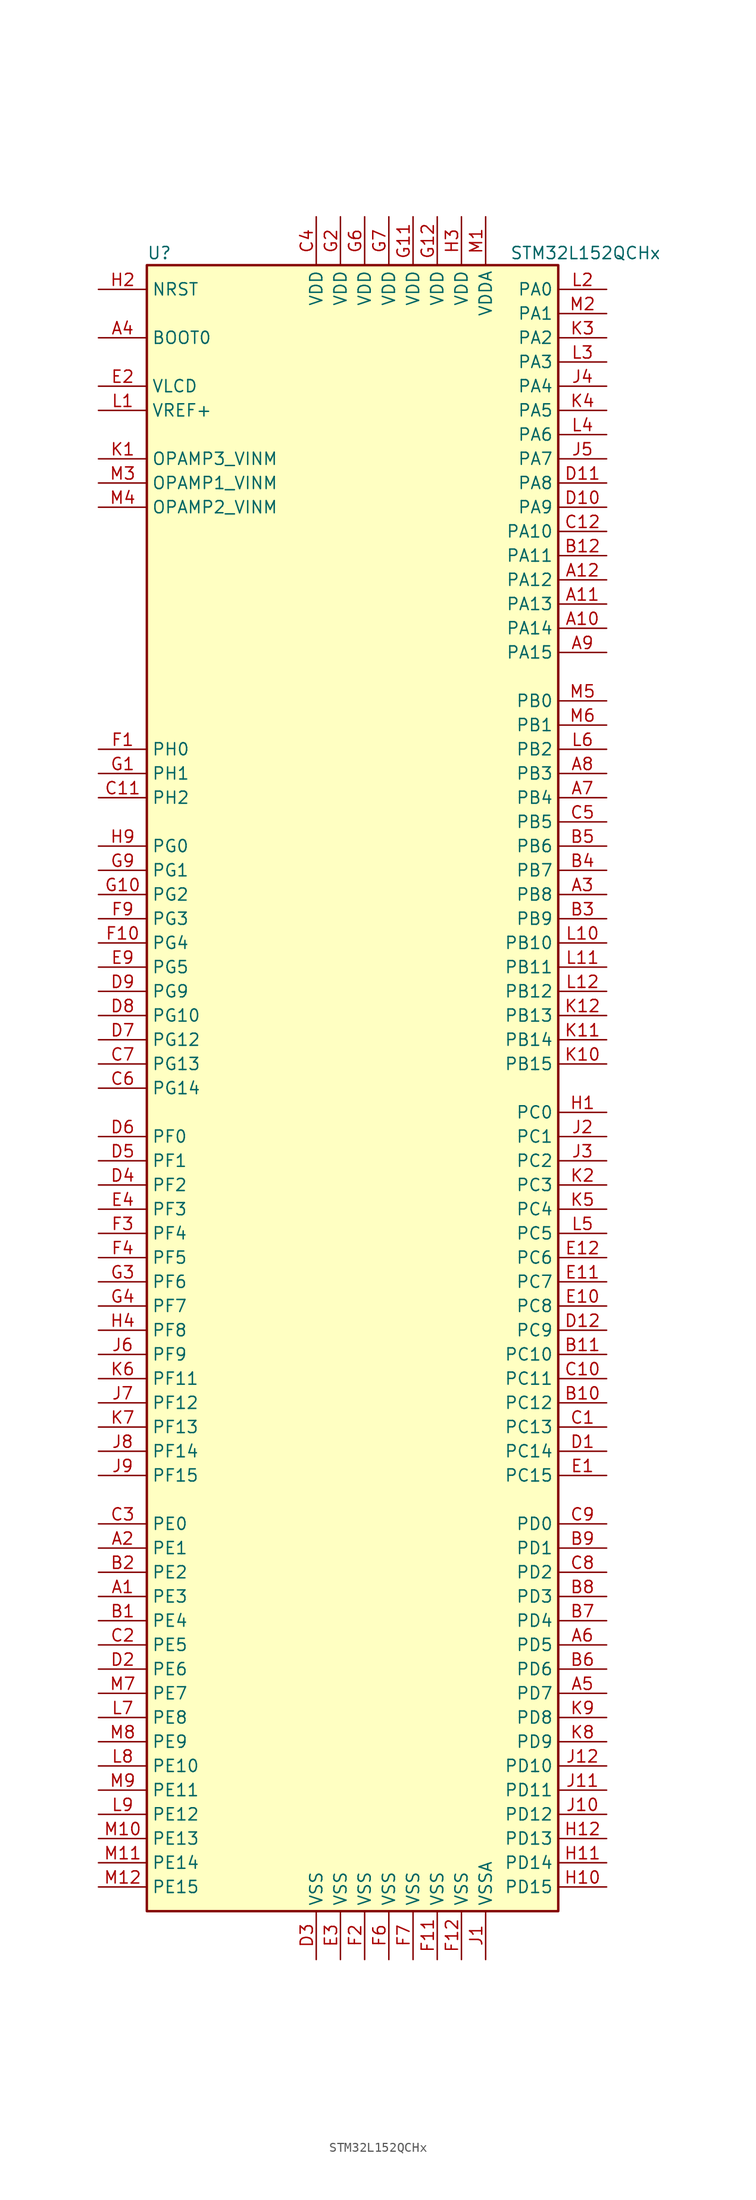
<source format=kicad_sym>
(kicad_symbol_lib
  (version 20201005)
  (generator kicad_symbol_editor)
  (symbol "STM32L152QCHx"
    (property "Reference" "U"
      (at -22.86 87.63 0)
      (effects (font (size 1.27 1.27)) (justify left)))
    (property "Value" "STM32L152QCHx"
      (at 15.24 87.63 0)
      (effects (font (size 1.27 1.27)) (justify left)))
    (symbol "STM32L152QCHx_0_1"
      (rectangle (start -22.86 -86.36) (end 20.32 86.36) (stroke (width 0.254)) (fill (type background))))
    (symbol "STM32L152QCHx_1_1"
      (pin bidirectional line (at -27.94 -53.34 0) (length 5.08) (name "PE3" (effects (font (size 1.27 1.27)))) (number "A1" (effects (font (size 1.27 1.27)))))
      (pin bidirectional line (at 25.4 48.26 180) (length 5.08) (name "PA14" (effects (font (size 1.27 1.27)))) (number "A10" (effects (font (size 1.27 1.27)))))
      (pin bidirectional line (at 25.4 50.8 180) (length 5.08) (name "PA13" (effects (font (size 1.27 1.27)))) (number "A11" (effects (font (size 1.27 1.27)))))
      (pin bidirectional line (at 25.4 53.34 180) (length 5.08) (name "PA12" (effects (font (size 1.27 1.27)))) (number "A12" (effects (font (size 1.27 1.27)))))
      (pin bidirectional line (at -27.94 -48.26 0) (length 5.08) (name "PE1" (effects (font (size 1.27 1.27)))) (number "A2" (effects (font (size 1.27 1.27)))))
      (pin bidirectional line (at 25.4 20.32 180) (length 5.08) (name "PB8" (effects (font (size 1.27 1.27)))) (number "A3" (effects (font (size 1.27 1.27)))))
      (pin input line (at -27.94 78.74 0) (length 5.08) (name "BOOT0" (effects (font (size 1.27 1.27)))) (number "A4" (effects (font (size 1.27 1.27)))))
      (pin bidirectional line (at 25.4 -63.5 180) (length 5.08) (name "PD7" (effects (font (size 1.27 1.27)))) (number "A5" (effects (font (size 1.27 1.27)))))
      (pin bidirectional line (at 25.4 -58.42 180) (length 5.08) (name "PD5" (effects (font (size 1.27 1.27)))) (number "A6" (effects (font (size 1.27 1.27)))))
      (pin bidirectional line (at 25.4 30.48 180) (length 5.08) (name "PB4" (effects (font (size 1.27 1.27)))) (number "A7" (effects (font (size 1.27 1.27)))))
      (pin bidirectional line (at 25.4 33.02 180) (length 5.08) (name "PB3" (effects (font (size 1.27 1.27)))) (number "A8" (effects (font (size 1.27 1.27)))))
      (pin bidirectional line (at 25.4 45.72 180) (length 5.08) (name "PA15" (effects (font (size 1.27 1.27)))) (number "A9" (effects (font (size 1.27 1.27)))))
      (pin bidirectional line (at -27.94 -55.88 0) (length 5.08) (name "PE4" (effects (font (size 1.27 1.27)))) (number "B1" (effects (font (size 1.27 1.27)))))
      (pin bidirectional line (at 25.4 -33.02 180) (length 5.08) (name "PC12" (effects (font (size 1.27 1.27)))) (number "B10" (effects (font (size 1.27 1.27)))))
      (pin bidirectional line (at 25.4 -27.94 180) (length 5.08) (name "PC10" (effects (font (size 1.27 1.27)))) (number "B11" (effects (font (size 1.27 1.27)))))
      (pin bidirectional line (at 25.4 55.88 180) (length 5.08) (name "PA11" (effects (font (size 1.27 1.27)))) (number "B12" (effects (font (size 1.27 1.27)))))
      (pin bidirectional line (at -27.94 -50.8 0) (length 5.08) (name "PE2" (effects (font (size 1.27 1.27)))) (number "B2" (effects (font (size 1.27 1.27)))))
      (pin bidirectional line (at 25.4 17.78 180) (length 5.08) (name "PB9" (effects (font (size 1.27 1.27)))) (number "B3" (effects (font (size 1.27 1.27)))))
      (pin bidirectional line (at 25.4 22.86 180) (length 5.08) (name "PB7" (effects (font (size 1.27 1.27)))) (number "B4" (effects (font (size 1.27 1.27)))))
      (pin bidirectional line (at 25.4 25.4 180) (length 5.08) (name "PB6" (effects (font (size 1.27 1.27)))) (number "B5" (effects (font (size 1.27 1.27)))))
      (pin bidirectional line (at 25.4 -60.96 180) (length 5.08) (name "PD6" (effects (font (size 1.27 1.27)))) (number "B6" (effects (font (size 1.27 1.27)))))
      (pin bidirectional line (at 25.4 -55.88 180) (length 5.08) (name "PD4" (effects (font (size 1.27 1.27)))) (number "B7" (effects (font (size 1.27 1.27)))))
      (pin bidirectional line (at 25.4 -53.34 180) (length 5.08) (name "PD3" (effects (font (size 1.27 1.27)))) (number "B8" (effects (font (size 1.27 1.27)))))
      (pin bidirectional line (at 25.4 -48.26 180) (length 5.08) (name "PD1" (effects (font (size 1.27 1.27)))) (number "B9" (effects (font (size 1.27 1.27)))))
      (pin bidirectional line (at 25.4 -35.56 180) (length 5.08) (name "PC13" (effects (font (size 1.27 1.27)))) (number "C1" (effects (font (size 1.27 1.27)))))
      (pin bidirectional line (at 25.4 -30.48 180) (length 5.08) (name "PC11" (effects (font (size 1.27 1.27)))) (number "C10" (effects (font (size 1.27 1.27)))))
      (pin bidirectional line (at -27.94 30.48 0) (length 5.08) (name "PH2" (effects (font (size 1.27 1.27)))) (number "C11" (effects (font (size 1.27 1.27)))))
      (pin bidirectional line (at 25.4 58.42 180) (length 5.08) (name "PA10" (effects (font (size 1.27 1.27)))) (number "C12" (effects (font (size 1.27 1.27)))))
      (pin bidirectional line (at -27.94 -58.42 0) (length 5.08) (name "PE5" (effects (font (size 1.27 1.27)))) (number "C2" (effects (font (size 1.27 1.27)))))
      (pin bidirectional line (at -27.94 -45.72 0) (length 5.08) (name "PE0" (effects (font (size 1.27 1.27)))) (number "C3" (effects (font (size 1.27 1.27)))))
      (pin power_in line (at -5.08 91.44 270) (length 5.08) (name "VDD" (effects (font (size 1.27 1.27)))) (number "C4" (effects (font (size 1.27 1.27)))))
      (pin bidirectional line (at 25.4 27.94 180) (length 5.08) (name "PB5" (effects (font (size 1.27 1.27)))) (number "C5" (effects (font (size 1.27 1.27)))))
      (pin bidirectional line (at -27.94 0 0) (length 5.08) (name "PG14" (effects (font (size 1.27 1.27)))) (number "C6" (effects (font (size 1.27 1.27)))))
      (pin bidirectional line (at -27.94 2.54 0) (length 5.08) (name "PG13" (effects (font (size 1.27 1.27)))) (number "C7" (effects (font (size 1.27 1.27)))))
      (pin bidirectional line (at 25.4 -50.8 180) (length 5.08) (name "PD2" (effects (font (size 1.27 1.27)))) (number "C8" (effects (font (size 1.27 1.27)))))
      (pin bidirectional line (at 25.4 -45.72 180) (length 5.08) (name "PD0" (effects (font (size 1.27 1.27)))) (number "C9" (effects (font (size 1.27 1.27)))))
      (pin bidirectional line (at 25.4 -38.1 180) (length 5.08) (name "PC14" (effects (font (size 1.27 1.27)))) (number "D1" (effects (font (size 1.27 1.27)))))
      (pin bidirectional line (at 25.4 60.96 180) (length 5.08) (name "PA9" (effects (font (size 1.27 1.27)))) (number "D10" (effects (font (size 1.27 1.27)))))
      (pin bidirectional line (at 25.4 63.5 180) (length 5.08) (name "PA8" (effects (font (size 1.27 1.27)))) (number "D11" (effects (font (size 1.27 1.27)))))
      (pin bidirectional line (at 25.4 -25.4 180) (length 5.08) (name "PC9" (effects (font (size 1.27 1.27)))) (number "D12" (effects (font (size 1.27 1.27)))))
      (pin bidirectional line (at -27.94 -60.96 0) (length 5.08) (name "PE6" (effects (font (size 1.27 1.27)))) (number "D2" (effects (font (size 1.27 1.27)))))
      (pin power_in line (at -5.08 -91.44 90) (length 5.08) (name "VSS" (effects (font (size 1.27 1.27)))) (number "D3" (effects (font (size 1.27 1.27)))))
      (pin bidirectional line (at -27.94 -10.16 0) (length 5.08) (name "PF2" (effects (font (size 1.27 1.27)))) (number "D4" (effects (font (size 1.27 1.27)))))
      (pin bidirectional line (at -27.94 -7.62 0) (length 5.08) (name "PF1" (effects (font (size 1.27 1.27)))) (number "D5" (effects (font (size 1.27 1.27)))))
      (pin bidirectional line (at -27.94 -5.08 0) (length 5.08) (name "PF0" (effects (font (size 1.27 1.27)))) (number "D6" (effects (font (size 1.27 1.27)))))
      (pin bidirectional line (at -27.94 5.08 0) (length 5.08) (name "PG12" (effects (font (size 1.27 1.27)))) (number "D7" (effects (font (size 1.27 1.27)))))
      (pin bidirectional line (at -27.94 7.62 0) (length 5.08) (name "PG10" (effects (font (size 1.27 1.27)))) (number "D8" (effects (font (size 1.27 1.27)))))
      (pin bidirectional line (at -27.94 10.16 0) (length 5.08) (name "PG9" (effects (font (size 1.27 1.27)))) (number "D9" (effects (font (size 1.27 1.27)))))
      (pin bidirectional line (at 25.4 -40.64 180) (length 5.08) (name "PC15" (effects (font (size 1.27 1.27)))) (number "E1" (effects (font (size 1.27 1.27)))))
      (pin bidirectional line (at 25.4 -22.86 180) (length 5.08) (name "PC8" (effects (font (size 1.27 1.27)))) (number "E10" (effects (font (size 1.27 1.27)))))
      (pin bidirectional line (at 25.4 -20.32 180) (length 5.08) (name "PC7" (effects (font (size 1.27 1.27)))) (number "E11" (effects (font (size 1.27 1.27)))))
      (pin bidirectional line (at 25.4 -17.78 180) (length 5.08) (name "PC6" (effects (font (size 1.27 1.27)))) (number "E12" (effects (font (size 1.27 1.27)))))
      (pin power_in line (at -27.94 73.66 0) (length 5.08) (name "VLCD" (effects (font (size 1.27 1.27)))) (number "E2" (effects (font (size 1.27 1.27)))))
      (pin power_in line (at -2.54 -91.44 90) (length 5.08) (name "VSS" (effects (font (size 1.27 1.27)))) (number "E3" (effects (font (size 1.27 1.27)))))
      (pin bidirectional line (at -27.94 -12.7 0) (length 5.08) (name "PF3" (effects (font (size 1.27 1.27)))) (number "E4" (effects (font (size 1.27 1.27)))))
      (pin bidirectional line (at -27.94 12.7 0) (length 5.08) (name "PG5" (effects (font (size 1.27 1.27)))) (number "E9" (effects (font (size 1.27 1.27)))))
      (pin input line (at -27.94 35.56 0) (length 5.08) (name "PH0" (effects (font (size 1.27 1.27)))) (number "F1" (effects (font (size 1.27 1.27)))))
      (pin bidirectional line (at -27.94 15.24 0) (length 5.08) (name "PG4" (effects (font (size 1.27 1.27)))) (number "F10" (effects (font (size 1.27 1.27)))))
      (pin power_in line (at 7.62 -91.44 90) (length 5.08) (name "VSS" (effects (font (size 1.27 1.27)))) (number "F11" (effects (font (size 1.27 1.27)))))
      (pin power_in line (at 10.16 -91.44 90) (length 5.08) (name "VSS" (effects (font (size 1.27 1.27)))) (number "F12" (effects (font (size 1.27 1.27)))))
      (pin power_in line (at 0 -91.44 90) (length 5.08) (name "VSS" (effects (font (size 1.27 1.27)))) (number "F2" (effects (font (size 1.27 1.27)))))
      (pin bidirectional line (at -27.94 -15.24 0) (length 5.08) (name "PF4" (effects (font (size 1.27 1.27)))) (number "F3" (effects (font (size 1.27 1.27)))))
      (pin bidirectional line (at -27.94 -17.78 0) (length 5.08) (name "PF5" (effects (font (size 1.27 1.27)))) (number "F4" (effects (font (size 1.27 1.27)))))
      (pin power_in line (at 2.54 -91.44 90) (length 5.08) (name "VSS" (effects (font (size 1.27 1.27)))) (number "F6" (effects (font (size 1.27 1.27)))))
      (pin power_in line (at 5.08 -91.44 90) (length 5.08) (name "VSS" (effects (font (size 1.27 1.27)))) (number "F7" (effects (font (size 1.27 1.27)))))
      (pin bidirectional line (at -27.94 17.78 0) (length 5.08) (name "PG3" (effects (font (size 1.27 1.27)))) (number "F9" (effects (font (size 1.27 1.27)))))
      (pin input line (at -27.94 33.02 0) (length 5.08) (name "PH1" (effects (font (size 1.27 1.27)))) (number "G1" (effects (font (size 1.27 1.27)))))
      (pin bidirectional line (at -27.94 20.32 0) (length 5.08) (name "PG2" (effects (font (size 1.27 1.27)))) (number "G10" (effects (font (size 1.27 1.27)))))
      (pin power_in line (at 5.08 91.44 270) (length 5.08) (name "VDD" (effects (font (size 1.27 1.27)))) (number "G11" (effects (font (size 1.27 1.27)))))
      (pin power_in line (at 7.62 91.44 270) (length 5.08) (name "VDD" (effects (font (size 1.27 1.27)))) (number "G12" (effects (font (size 1.27 1.27)))))
      (pin power_in line (at -2.54 91.44 270) (length 5.08) (name "VDD" (effects (font (size 1.27 1.27)))) (number "G2" (effects (font (size 1.27 1.27)))))
      (pin bidirectional line (at -27.94 -20.32 0) (length 5.08) (name "PF6" (effects (font (size 1.27 1.27)))) (number "G3" (effects (font (size 1.27 1.27)))))
      (pin bidirectional line (at -27.94 -22.86 0) (length 5.08) (name "PF7" (effects (font (size 1.27 1.27)))) (number "G4" (effects (font (size 1.27 1.27)))))
      (pin power_in line (at 0 91.44 270) (length 5.08) (name "VDD" (effects (font (size 1.27 1.27)))) (number "G6" (effects (font (size 1.27 1.27)))))
      (pin power_in line (at 2.54 91.44 270) (length 5.08) (name "VDD" (effects (font (size 1.27 1.27)))) (number "G7" (effects (font (size 1.27 1.27)))))
      (pin bidirectional line (at -27.94 22.86 0) (length 5.08) (name "PG1" (effects (font (size 1.27 1.27)))) (number "G9" (effects (font (size 1.27 1.27)))))
      (pin bidirectional line (at 25.4 -2.54 180) (length 5.08) (name "PC0" (effects (font (size 1.27 1.27)))) (number "H1" (effects (font (size 1.27 1.27)))))
      (pin bidirectional line (at 25.4 -83.82 180) (length 5.08) (name "PD15" (effects (font (size 1.27 1.27)))) (number "H10" (effects (font (size 1.27 1.27)))))
      (pin bidirectional line (at 25.4 -81.28 180) (length 5.08) (name "PD14" (effects (font (size 1.27 1.27)))) (number "H11" (effects (font (size 1.27 1.27)))))
      (pin bidirectional line (at 25.4 -78.74 180) (length 5.08) (name "PD13" (effects (font (size 1.27 1.27)))) (number "H12" (effects (font (size 1.27 1.27)))))
      (pin input line (at -27.94 83.82 0) (length 5.08) (name "NRST" (effects (font (size 1.27 1.27)))) (number "H2" (effects (font (size 1.27 1.27)))))
      (pin power_in line (at 10.16 91.44 270) (length 5.08) (name "VDD" (effects (font (size 1.27 1.27)))) (number "H3" (effects (font (size 1.27 1.27)))))
      (pin bidirectional line (at -27.94 -25.4 0) (length 5.08) (name "PF8" (effects (font (size 1.27 1.27)))) (number "H4" (effects (font (size 1.27 1.27)))))
      (pin bidirectional line (at -27.94 25.4 0) (length 5.08) (name "PG0" (effects (font (size 1.27 1.27)))) (number "H9" (effects (font (size 1.27 1.27)))))
      (pin power_in line (at 12.7 -91.44 90) (length 5.08) (name "VSSA" (effects (font (size 1.27 1.27)))) (number "J1" (effects (font (size 1.27 1.27)))))
      (pin bidirectional line (at 25.4 -76.2 180) (length 5.08) (name "PD12" (effects (font (size 1.27 1.27)))) (number "J10" (effects (font (size 1.27 1.27)))))
      (pin bidirectional line (at 25.4 -73.66 180) (length 5.08) (name "PD11" (effects (font (size 1.27 1.27)))) (number "J11" (effects (font (size 1.27 1.27)))))
      (pin bidirectional line (at 25.4 -71.12 180) (length 5.08) (name "PD10" (effects (font (size 1.27 1.27)))) (number "J12" (effects (font (size 1.27 1.27)))))
      (pin bidirectional line (at 25.4 -5.08 180) (length 5.08) (name "PC1" (effects (font (size 1.27 1.27)))) (number "J2" (effects (font (size 1.27 1.27)))))
      (pin bidirectional line (at 25.4 -7.62 180) (length 5.08) (name "PC2" (effects (font (size 1.27 1.27)))) (number "J3" (effects (font (size 1.27 1.27)))))
      (pin bidirectional line (at 25.4 73.66 180) (length 5.08) (name "PA4" (effects (font (size 1.27 1.27)))) (number "J4" (effects (font (size 1.27 1.27)))))
      (pin bidirectional line (at 25.4 66.04 180) (length 5.08) (name "PA7" (effects (font (size 1.27 1.27)))) (number "J5" (effects (font (size 1.27 1.27)))))
      (pin bidirectional line (at -27.94 -27.94 0) (length 5.08) (name "PF9" (effects (font (size 1.27 1.27)))) (number "J6" (effects (font (size 1.27 1.27)))))
      (pin bidirectional line (at -27.94 -33.02 0) (length 5.08) (name "PF12" (effects (font (size 1.27 1.27)))) (number "J7" (effects (font (size 1.27 1.27)))))
      (pin bidirectional line (at -27.94 -38.1 0) (length 5.08) (name "PF14" (effects (font (size 1.27 1.27)))) (number "J8" (effects (font (size 1.27 1.27)))))
      (pin bidirectional line (at -27.94 -40.64 0) (length 5.08) (name "PF15" (effects (font (size 1.27 1.27)))) (number "J9" (effects (font (size 1.27 1.27)))))
      (pin bidirectional line (at -27.94 66.04 0) (length 5.08) (name "OPAMP3_VINM" (effects (font (size 1.27 1.27)))) (number "K1" (effects (font (size 1.27 1.27)))))
      (pin bidirectional line (at 25.4 2.54 180) (length 5.08) (name "PB15" (effects (font (size 1.27 1.27)))) (number "K10" (effects (font (size 1.27 1.27)))))
      (pin bidirectional line (at 25.4 5.08 180) (length 5.08) (name "PB14" (effects (font (size 1.27 1.27)))) (number "K11" (effects (font (size 1.27 1.27)))))
      (pin bidirectional line (at 25.4 7.62 180) (length 5.08) (name "PB13" (effects (font (size 1.27 1.27)))) (number "K12" (effects (font (size 1.27 1.27)))))
      (pin bidirectional line (at 25.4 -10.16 180) (length 5.08) (name "PC3" (effects (font (size 1.27 1.27)))) (number "K2" (effects (font (size 1.27 1.27)))))
      (pin bidirectional line (at 25.4 78.74 180) (length 5.08) (name "PA2" (effects (font (size 1.27 1.27)))) (number "K3" (effects (font (size 1.27 1.27)))))
      (pin bidirectional line (at 25.4 71.12 180) (length 5.08) (name "PA5" (effects (font (size 1.27 1.27)))) (number "K4" (effects (font (size 1.27 1.27)))))
      (pin bidirectional line (at 25.4 -12.7 180) (length 5.08) (name "PC4" (effects (font (size 1.27 1.27)))) (number "K5" (effects (font (size 1.27 1.27)))))
      (pin bidirectional line (at -27.94 -30.48 0) (length 5.08) (name "PF11" (effects (font (size 1.27 1.27)))) (number "K6" (effects (font (size 1.27 1.27)))))
      (pin bidirectional line (at -27.94 -35.56 0) (length 5.08) (name "PF13" (effects (font (size 1.27 1.27)))) (number "K7" (effects (font (size 1.27 1.27)))))
      (pin bidirectional line (at 25.4 -68.58 180) (length 5.08) (name "PD9" (effects (font (size 1.27 1.27)))) (number "K8" (effects (font (size 1.27 1.27)))))
      (pin bidirectional line (at 25.4 -66.04 180) (length 5.08) (name "PD8" (effects (font (size 1.27 1.27)))) (number "K9" (effects (font (size 1.27 1.27)))))
      (pin power_in line (at -27.94 71.12 0) (length 5.08) (name "VREF+" (effects (font (size 1.27 1.27)))) (number "L1" (effects (font (size 1.27 1.27)))))
      (pin bidirectional line (at 25.4 15.24 180) (length 5.08) (name "PB10" (effects (font (size 1.27 1.27)))) (number "L10" (effects (font (size 1.27 1.27)))))
      (pin bidirectional line (at 25.4 12.7 180) (length 5.08) (name "PB11" (effects (font (size 1.27 1.27)))) (number "L11" (effects (font (size 1.27 1.27)))))
      (pin bidirectional line (at 25.4 10.16 180) (length 5.08) (name "PB12" (effects (font (size 1.27 1.27)))) (number "L12" (effects (font (size 1.27 1.27)))))
      (pin bidirectional line (at 25.4 83.82 180) (length 5.08) (name "PA0" (effects (font (size 1.27 1.27)))) (number "L2" (effects (font (size 1.27 1.27)))))
      (pin bidirectional line (at 25.4 76.2 180) (length 5.08) (name "PA3" (effects (font (size 1.27 1.27)))) (number "L3" (effects (font (size 1.27 1.27)))))
      (pin bidirectional line (at 25.4 68.58 180) (length 5.08) (name "PA6" (effects (font (size 1.27 1.27)))) (number "L4" (effects (font (size 1.27 1.27)))))
      (pin bidirectional line (at 25.4 -15.24 180) (length 5.08) (name "PC5" (effects (font (size 1.27 1.27)))) (number "L5" (effects (font (size 1.27 1.27)))))
      (pin bidirectional line (at 25.4 35.56 180) (length 5.08) (name "PB2" (effects (font (size 1.27 1.27)))) (number "L6" (effects (font (size 1.27 1.27)))))
      (pin bidirectional line (at -27.94 -66.04 0) (length 5.08) (name "PE8" (effects (font (size 1.27 1.27)))) (number "L7" (effects (font (size 1.27 1.27)))))
      (pin bidirectional line (at -27.94 -71.12 0) (length 5.08) (name "PE10" (effects (font (size 1.27 1.27)))) (number "L8" (effects (font (size 1.27 1.27)))))
      (pin bidirectional line (at -27.94 -76.2 0) (length 5.08) (name "PE12" (effects (font (size 1.27 1.27)))) (number "L9" (effects (font (size 1.27 1.27)))))
      (pin power_in line (at 12.7 91.44 270) (length 5.08) (name "VDDA" (effects (font (size 1.27 1.27)))) (number "M1" (effects (font (size 1.27 1.27)))))
      (pin bidirectional line (at -27.94 -78.74 0) (length 5.08) (name "PE13" (effects (font (size 1.27 1.27)))) (number "M10" (effects (font (size 1.27 1.27)))))
      (pin bidirectional line (at -27.94 -81.28 0) (length 5.08) (name "PE14" (effects (font (size 1.27 1.27)))) (number "M11" (effects (font (size 1.27 1.27)))))
      (pin bidirectional line (at -27.94 -83.82 0) (length 5.08) (name "PE15" (effects (font (size 1.27 1.27)))) (number "M12" (effects (font (size 1.27 1.27)))))
      (pin bidirectional line (at 25.4 81.28 180) (length 5.08) (name "PA1" (effects (font (size 1.27 1.27)))) (number "M2" (effects (font (size 1.27 1.27)))))
      (pin bidirectional line (at -27.94 63.5 0) (length 5.08) (name "OPAMP1_VINM" (effects (font (size 1.27 1.27)))) (number "M3" (effects (font (size 1.27 1.27)))))
      (pin bidirectional line (at -27.94 60.96 0) (length 5.08) (name "OPAMP2_VINM" (effects (font (size 1.27 1.27)))) (number "M4" (effects (font (size 1.27 1.27)))))
      (pin bidirectional line (at 25.4 40.64 180) (length 5.08) (name "PB0" (effects (font (size 1.27 1.27)))) (number "M5" (effects (font (size 1.27 1.27)))))
      (pin bidirectional line (at 25.4 38.1 180) (length 5.08) (name "PB1" (effects (font (size 1.27 1.27)))) (number "M6" (effects (font (size 1.27 1.27)))))
      (pin bidirectional line (at -27.94 -63.5 0) (length 5.08) (name "PE7" (effects (font (size 1.27 1.27)))) (number "M7" (effects (font (size 1.27 1.27)))))
      (pin bidirectional line (at -27.94 -68.58 0) (length 5.08) (name "PE9" (effects (font (size 1.27 1.27)))) (number "M8" (effects (font (size 1.27 1.27)))))
      (pin bidirectional line (at -27.94 -73.66 0) (length 5.08) (name "PE11" (effects (font (size 1.27 1.27)))) (number "M9" (effects (font (size 1.27 1.27))))))))
</source>
